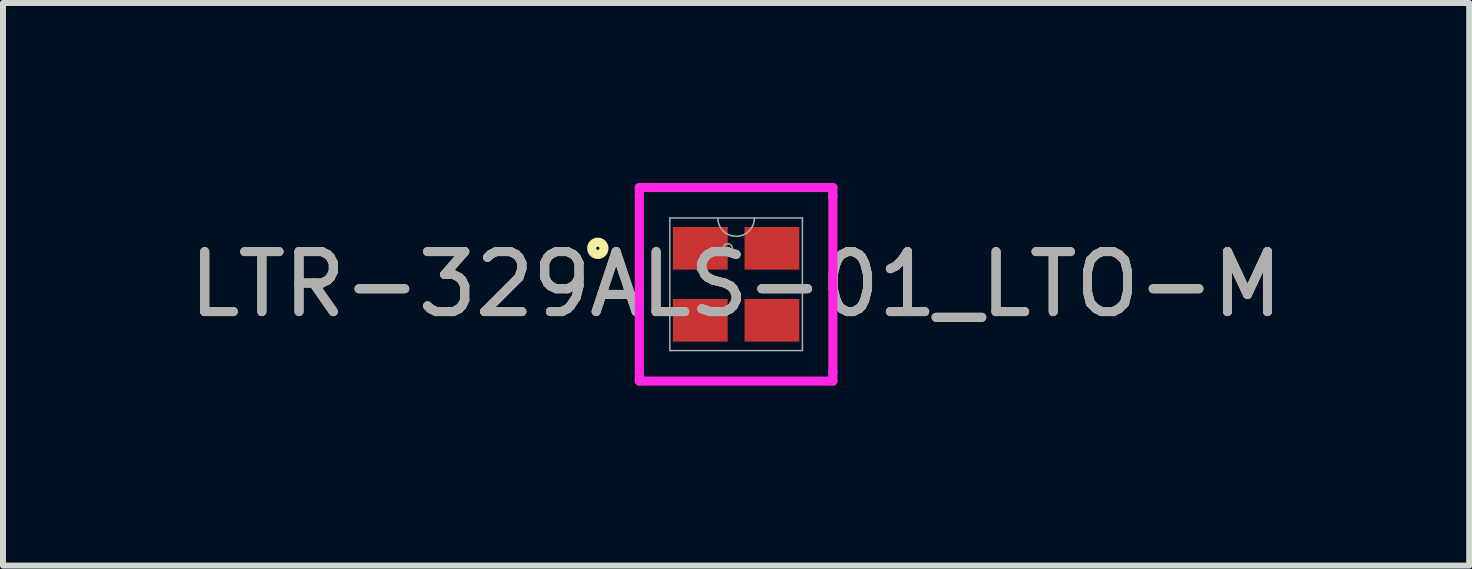
<source format=kicad_pcb>
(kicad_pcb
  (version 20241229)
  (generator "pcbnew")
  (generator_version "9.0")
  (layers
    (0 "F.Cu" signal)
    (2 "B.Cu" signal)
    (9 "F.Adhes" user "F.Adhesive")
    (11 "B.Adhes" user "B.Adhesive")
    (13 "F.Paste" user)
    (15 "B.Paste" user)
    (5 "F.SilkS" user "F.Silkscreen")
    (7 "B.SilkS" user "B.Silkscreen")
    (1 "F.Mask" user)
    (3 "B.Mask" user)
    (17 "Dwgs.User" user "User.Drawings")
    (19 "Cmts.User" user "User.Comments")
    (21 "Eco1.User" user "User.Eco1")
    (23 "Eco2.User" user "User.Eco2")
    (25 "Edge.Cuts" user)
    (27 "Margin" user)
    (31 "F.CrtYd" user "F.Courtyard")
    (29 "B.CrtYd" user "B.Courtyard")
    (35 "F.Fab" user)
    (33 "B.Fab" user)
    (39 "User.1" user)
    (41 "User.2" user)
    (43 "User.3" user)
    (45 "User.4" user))
  (footprint "LTR-329ALS-01_LTO-M"
    (layer "F.Cu")
    (at 9.22 1.689)
    (property "Reference" "LTR-329ALS-01_LTO-M" (at 0 0 0) (unlocked yes) (layer "F.SilkS") (effects (font (size 1 1) (thickness 0.15))))
    (attr smd)
    (fp_circle (center -2.305 -0.6) (end -2.203 -0.6) (stroke (width 0.152) (type solid)) (fill no) (layer "F.SilkS"))
    (fp_line (start -1.613 -1.613) (end 1.613 -1.613) (stroke (width 0.152) (type solid)) (layer "F.CrtYd"))
    (fp_line (start -1.613 -1.464) (end -1.613 -1.613) (stroke (width 0.152) (type solid)) (layer "F.CrtYd"))
    (fp_line (start -1.613 -1.464) (end -1.613 -1.464) (stroke (width 0.152) (type solid)) (layer "F.CrtYd"))
    (fp_line (start -1.613 1.464) (end -1.613 -1.464) (stroke (width 0.152) (type solid)) (layer "F.CrtYd"))
    (fp_line (start -1.613 1.464) (end -1.613 1.464) (stroke (width 0.152) (type solid)) (layer "F.CrtYd"))
    (fp_line (start -1.613 1.613) (end -1.613 1.464) (stroke (width 0.152) (type solid)) (layer "F.CrtYd"))
    (fp_line (start 1.613 -1.613) (end 1.613 -1.464) (stroke (width 0.152) (type solid)) (layer "F.CrtYd"))
    (fp_line (start 1.613 -1.464) (end 1.613 -1.464) (stroke (width 0.152) (type solid)) (layer "F.CrtYd"))
    (fp_line (start 1.613 -1.464) (end 1.613 1.464) (stroke (width 0.152) (type solid)) (layer "F.CrtYd"))
    (fp_line (start 1.613 1.464) (end 1.613 1.464) (stroke (width 0.152) (type solid)) (layer "F.CrtYd"))
    (fp_line (start 1.613 1.464) (end 1.613 1.613) (stroke (width 0.152) (type solid)) (layer "F.CrtYd"))
    (fp_line (start 1.613 1.613) (end -1.613 1.613) (stroke (width 0.152) (type solid)) (layer "F.CrtYd"))
    (fp_line (start -1.105 -1.105) (end -1.105 1.105) (stroke (width 0.025) (type solid)) (layer "F.Fab"))
    (fp_line (start -1.105 1.105) (end 1.105 1.105) (stroke (width 0.025) (type solid)) (layer "F.Fab"))
    (fp_line (start 1.105 -1.105) (end -1.105 -1.105) (stroke (width 0.025) (type solid)) (layer "F.Fab"))
    (fp_line (start 1.105 1.105) (end 1.105 -1.105) (stroke (width 0.025) (type solid)) (layer "F.Fab"))
    (fp_arc (start 0.3048 -1.1049) (mid 0 -0.8001) (end -0.3048 -1.1049) (stroke (width 0.0254) (type solid)) (layer "F.Fab"))
    (fp_circle (center -0.14 -0.6) (end -0.064 -0.6) (stroke (width 0.025) (type solid)) (fill no) (layer "F.Fab"))
    (fp_text user "${REFERENCE}" (at 0 0 0) (unlocked yes) (layer "F.Fab") (effects (font (size 1 1) (thickness 0.15))))
    (pad "1" smd rect (at -0.597 -0.6) (size 0.914 0.711) (layers "F.Cu" "F.Mask" "F.Paste"))
    (pad "2" smd rect (at -0.597 0.6) (size 0.914 0.711) (layers "F.Cu" "F.Mask" "F.Paste"))
    (pad "3" smd rect (at 0.597 0.6) (size 0.914 0.711) (layers "F.Cu" "F.Mask" "F.Paste"))
    (pad "4" smd rect (at 0.597 -0.6) (size 0.914 0.711) (layers "F.Cu" "F.Mask" "F.Paste")))
  (gr_rect
    (start -3 -3)
    (end 21.44 6.378)
    (stroke (width 0.1) (type default))
    (fill no)
    (layer "Edge.Cuts")))
</source>
